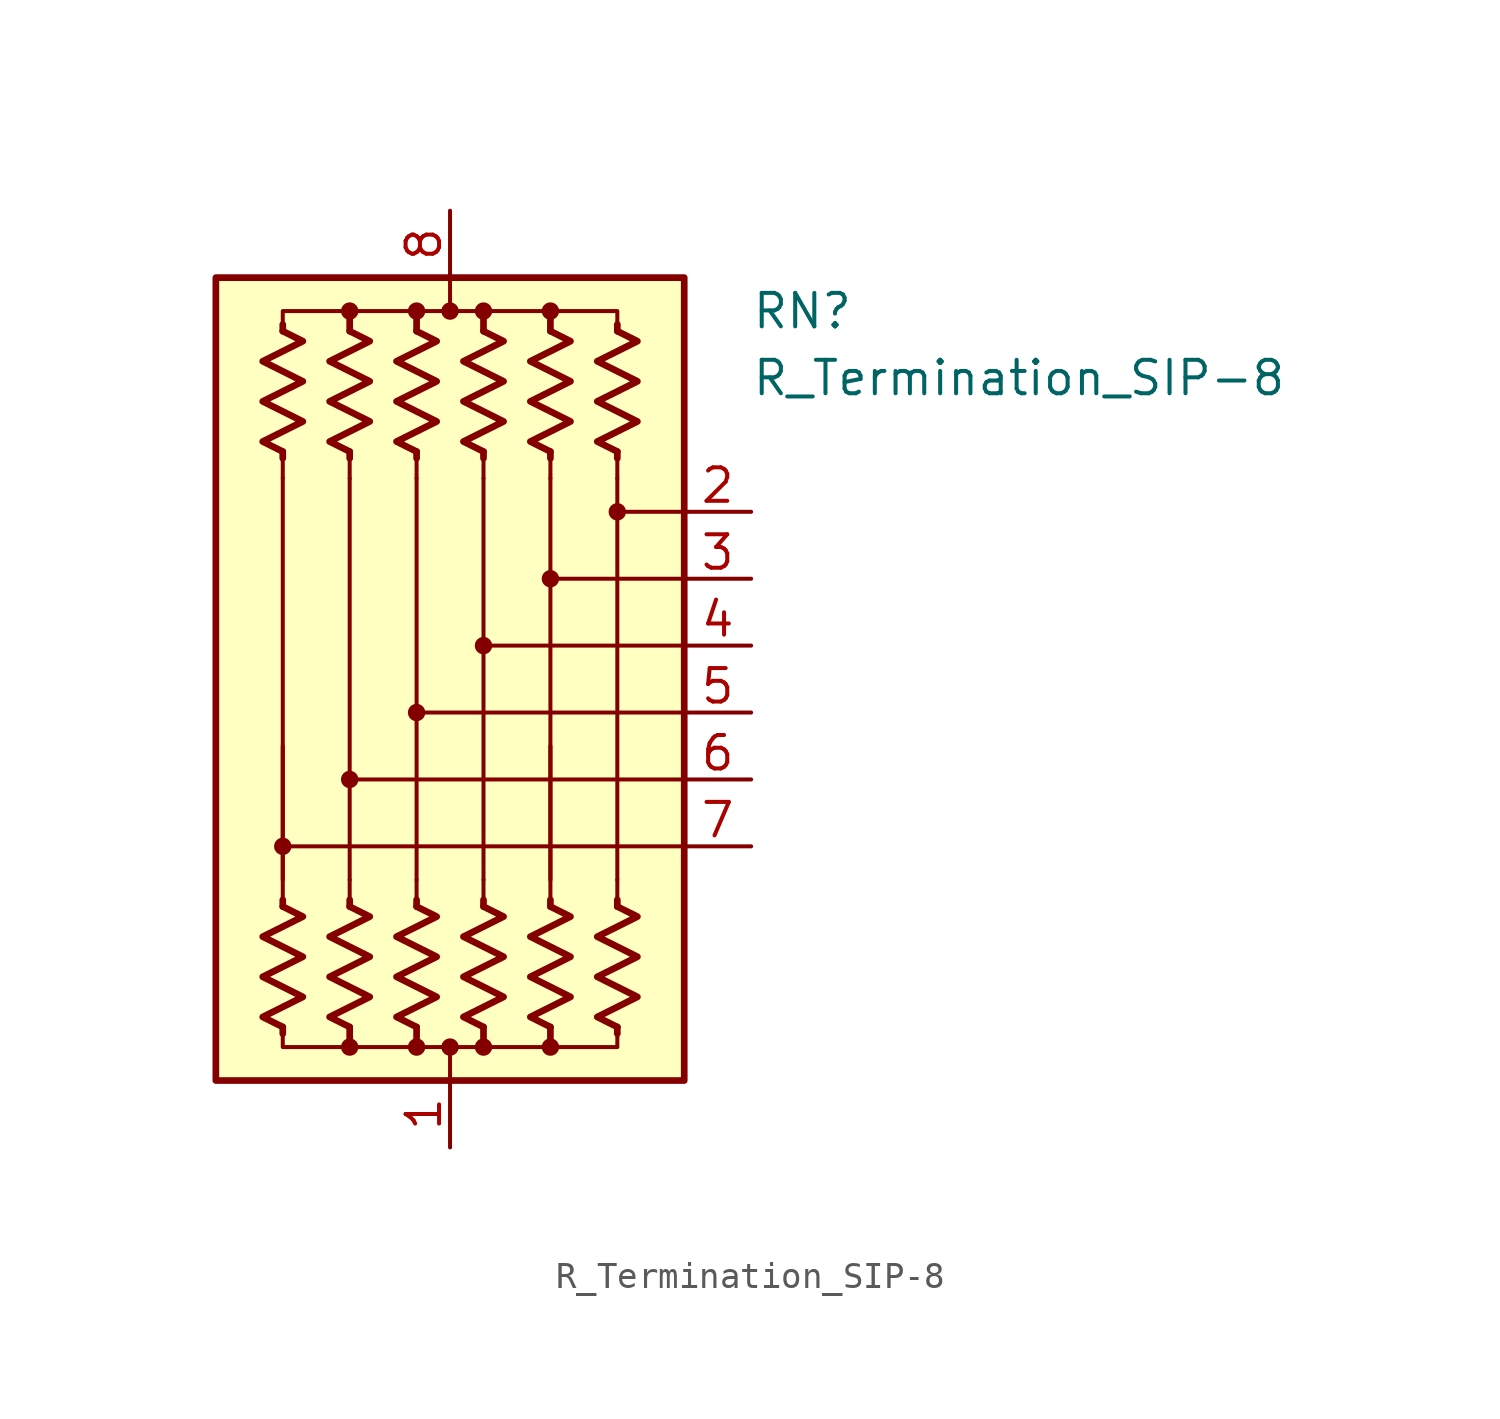
<source format=kicad_sym>
(kicad_symbol_lib
  (version 20220914)
  (generator kicad_symbol_editor)
  (symbol "R_Termination_SIP-8"
    (pin_names
      (offset 0.002) hide)
    (property "Reference" "RN"
      (at 11.43 13.97 0)
      (effects (font (size 1.27 1.27)) (justify left)))
    (property "Value" "R_Termination_SIP-8"
      (at 11.43 11.43 0)
      (effects (font (size 1.27 1.27)) (justify left)))
    (symbol "R_Termination_SIP-8_0_1"
      (circle (center -6.35 -6.35) (radius 0.254) (stroke (width 0) (type default)) (fill (type outline)))
      (circle (center -3.81 -13.97) (radius 0.254) (stroke (width 0) (type default)) (fill (type outline)))
      (circle (center -3.81 -3.81) (radius 0.254) (stroke (width 0) (type default)) (fill (type outline)))
      (circle (center -3.81 13.97) (radius 0.254) (stroke (width 0) (type default)) (fill (type outline)))
      (circle (center -1.27 -13.97) (radius 0.254) (stroke (width 0) (type default)) (fill (type outline)))
      (circle (center -1.27 -1.27) (radius 0.254) (stroke (width 0) (type default)) (fill (type outline)))
      (circle (center -1.27 13.97) (radius 0.254) (stroke (width 0) (type default)) (fill (type outline)))
      (circle (center 0 -13.97) (radius 0.254) (stroke (width 0) (type default)) (fill (type outline)))
      (polyline (pts (xy -6.35 -13.208) (xy -6.35 -13.462)) (stroke (width 0.254) (type default)) (fill (type none)))
      (polyline (pts (xy -6.35 -8.636) (xy -6.35 -8.382)) (stroke (width 0.254) (type default)) (fill (type none)))
      (polyline (pts (xy -6.35 -8.636) (xy -6.35 -2.54)) (stroke (width 0) (type default)) (fill (type none)))
      (polyline (pts (xy -6.35 7.62) (xy -6.35 -7.62)) (stroke (width 0.152) (type default)) (fill (type none)))
      (polyline (pts (xy -6.35 8.636) (xy -6.35 7.62)) (stroke (width 0) (type default)) (fill (type none)))
      (polyline (pts (xy -6.35 8.636) (xy -6.35 8.382)) (stroke (width 0.254) (type default)) (fill (type none)))
      (polyline (pts (xy -6.35 13.208) (xy -6.35 13.462)) (stroke (width 0.254) (type default)) (fill (type none)))
      (polyline (pts (xy -3.81 -13.208) (xy -3.81 -13.97)) (stroke (width 0.254) (type default)) (fill (type none)))
      (polyline (pts (xy -3.81 -8.636) (xy -3.81 -8.382)) (stroke (width 0.254) (type default)) (fill (type none)))
      (polyline (pts (xy -3.81 -8.636) (xy -3.81 -7.62)) (stroke (width 0) (type default)) (fill (type none)))
      (polyline (pts (xy -3.81 7.62) (xy -3.81 -7.62)) (stroke (width 0.152) (type default)) (fill (type none)))
      (polyline (pts (xy -3.81 8.636) (xy -3.81 7.62)) (stroke (width 0) (type default)) (fill (type none)))
      (polyline (pts (xy -3.81 8.636) (xy -3.81 8.382)) (stroke (width 0.254) (type default)) (fill (type none)))
      (polyline (pts (xy -3.81 13.208) (xy -3.81 13.716)) (stroke (width 0.254) (type default)) (fill (type none)))
      (polyline (pts (xy -1.27 -13.208) (xy -1.27 -13.97)) (stroke (width 0.254) (type default)) (fill (type none)))
      (polyline (pts (xy -1.27 -8.636) (xy -1.27 -8.382)) (stroke (width 0.254) (type default)) (fill (type none)))
      (polyline (pts (xy -1.27 -8.636) (xy -1.27 -7.62)) (stroke (width 0) (type default)) (fill (type none)))
      (polyline (pts (xy -1.27 7.62) (xy -1.27 -7.62)) (stroke (width 0.152) (type default)) (fill (type none)))
      (polyline (pts (xy -1.27 8.636) (xy -1.27 7.62)) (stroke (width 0) (type default)) (fill (type none)))
      (polyline (pts (xy -1.27 8.636) (xy -1.27 8.382)) (stroke (width 0.254) (type default)) (fill (type none)))
      (polyline (pts (xy -1.27 13.208) (xy -1.27 13.716)) (stroke (width 0.254) (type default)) (fill (type none)))
      (polyline (pts (xy 0 -15.24) (xy 0 -13.97)) (stroke (width 0) (type default)) (fill (type none)))
      (polyline (pts (xy 0 15.24) (xy 0 13.97)) (stroke (width 0) (type default)) (fill (type none)))
      (polyline (pts (xy 1.27 -13.208) (xy 1.27 -13.716)) (stroke (width 0.254) (type default)) (fill (type none)))
      (polyline (pts (xy 1.27 -8.636) (xy 1.27 -8.382)) (stroke (width 0.254) (type default)) (fill (type none)))
      (polyline (pts (xy 1.27 -8.636) (xy 1.27 -7.62)) (stroke (width 0) (type default)) (fill (type none)))
      (polyline (pts (xy 1.27 7.62) (xy 1.27 -7.62)) (stroke (width 0.152) (type default)) (fill (type none)))
      (polyline (pts (xy 1.27 8.636) (xy 1.27 7.62)) (stroke (width 0) (type default)) (fill (type none)))
      (polyline (pts (xy 1.27 8.636) (xy 1.27 8.382)) (stroke (width 0.254) (type default)) (fill (type none)))
      (polyline (pts (xy 1.27 13.208) (xy 1.27 13.97)) (stroke (width 0.254) (type default)) (fill (type none)))
      (polyline (pts (xy 3.81 -13.208) (xy 3.81 -13.97)) (stroke (width 0.254) (type default)) (fill (type none)))
      (polyline (pts (xy 3.81 -8.636) (xy 3.81 -8.382)) (stroke (width 0.254) (type default)) (fill (type none)))
      (polyline (pts (xy 3.81 -8.636) (xy 3.81 -2.54)) (stroke (width 0) (type default)) (fill (type none)))
      (polyline (pts (xy 3.81 7.62) (xy 3.81 -7.62)) (stroke (width 0.152) (type default)) (fill (type none)))
      (polyline (pts (xy 3.81 8.636) (xy 3.81 7.62)) (stroke (width 0) (type default)) (fill (type none)))
      (polyline (pts (xy 3.81 8.636) (xy 3.81 8.382)) (stroke (width 0.254) (type default)) (fill (type none)))
      (polyline (pts (xy 3.81 13.208) (xy 3.81 13.97)) (stroke (width 0.254) (type default)) (fill (type none)))
      (polyline (pts (xy 6.35 -13.208) (xy 6.35 -13.462)) (stroke (width 0.254) (type default)) (fill (type none)))
      (polyline (pts (xy 6.35 -8.636) (xy 6.35 -8.382)) (stroke (width 0.254) (type default)) (fill (type none)))
      (polyline (pts (xy 6.35 -8.636) (xy 6.35 -7.62)) (stroke (width 0) (type default)) (fill (type none)))
      (polyline (pts (xy 6.35 7.62) (xy 6.35 -7.62)) (stroke (width 0.152) (type default)) (fill (type none)))
      (polyline (pts (xy 6.35 8.636) (xy 6.35 7.62)) (stroke (width 0) (type default)) (fill (type none)))
      (polyline (pts (xy 6.35 8.636) (xy 6.35 8.382)) (stroke (width 0.254) (type default)) (fill (type none)))
      (polyline (pts (xy 6.35 13.208) (xy 6.35 13.462)) (stroke (width 0.254) (type default)) (fill (type none)))
      (polyline (pts (xy 8.89 -6.35) (xy -6.35 -6.35)) (stroke (width 0.152) (type default)) (fill (type none)))
      (polyline (pts (xy 8.89 -3.81) (xy -3.81 -3.81)) (stroke (width 0.152) (type default)) (fill (type none)))
      (polyline (pts (xy 8.89 -1.27) (xy -1.27 -1.27)) (stroke (width 0.152) (type default)) (fill (type none)))
      (polyline (pts (xy 8.89 1.27) (xy 1.27 1.27)) (stroke (width 0.152) (type default)) (fill (type none)))
      (polyline (pts (xy 8.89 3.81) (xy 3.81 3.81)) (stroke (width 0.152) (type default)) (fill (type none)))
      (polyline (pts (xy 8.89 6.35) (xy 6.35 6.35)) (stroke (width 0.152) (type default)) (fill (type none)))
      (polyline (pts (xy -6.35 13.208) (xy -6.35 13.97) (xy -3.81 13.97) (xy -3.81 13.208)) (stroke (width 0) (type default)) (fill (type none)))
      (polyline (pts (xy -3.81 -13.208) (xy -3.81 -13.97) (xy -6.35 -13.97) (xy -6.35 -13.208)) (stroke (width 0) (type default)) (fill (type none)))
      (polyline (pts (xy -3.81 13.208) (xy -3.81 13.97) (xy -1.27 13.97) (xy -1.27 13.208)) (stroke (width 0) (type default)) (fill (type none)))
      (polyline (pts (xy -1.27 -13.208) (xy -1.27 -13.97) (xy -3.81 -13.97) (xy -3.81 -13.208)) (stroke (width 0) (type default)) (fill (type none)))
      (polyline (pts (xy -1.27 13.208) (xy -1.27 13.97) (xy 1.27 13.97) (xy 1.27 13.208)) (stroke (width 0) (type default)) (fill (type none)))
      (polyline (pts (xy 1.27 -13.208) (xy 1.27 -13.97) (xy -1.27 -13.97) (xy -1.27 -13.208)) (stroke (width 0) (type default)) (fill (type none)))
      (polyline (pts (xy 1.27 13.208) (xy 1.27 13.97) (xy 3.81 13.97) (xy 3.81 13.208)) (stroke (width 0) (type default)) (fill (type none)))
      (polyline (pts (xy 3.81 -13.208) (xy 3.81 -13.97) (xy 1.27 -13.97) (xy 1.27 -13.208)) (stroke (width 0) (type default)) (fill (type none)))
      (polyline (pts (xy 3.81 13.208) (xy 3.81 13.97) (xy 6.35 13.97) (xy 6.35 13.208)) (stroke (width 0) (type default)) (fill (type none)))
      (polyline (pts (xy 6.35 -13.208) (xy 6.35 -13.97) (xy 3.81 -13.97) (xy 3.81 -13.208)) (stroke (width 0) (type default)) (fill (type none)))
      (polyline (pts (xy -6.35 -8.636) (xy -5.588 -9.017) (xy -7.112 -9.779) (xy -6.35 -10.16) (xy -5.588 -10.541) (xy -6.35 -10.922) (xy -7.112 -11.303) (xy -6.35 -11.684) (xy -5.588 -12.065) (xy -6.35 -12.446) (xy -7.112 -12.827) (xy -6.35 -13.208)) (stroke (width 0.254) (type default)) (fill (type none)))
      (polyline (pts (xy -6.35 13.208) (xy -5.588 12.827) (xy -7.112 12.065) (xy -6.35 11.684) (xy -5.588 11.303) (xy -6.35 10.922) (xy -7.112 10.541) (xy -6.35 10.16) (xy -5.588 9.779) (xy -6.35 9.398) (xy -7.112 9.017) (xy -6.35 8.636)) (stroke (width 0.254) (type default)) (fill (type none)))
      (polyline (pts (xy -3.81 -8.636) (xy -3.048 -9.017) (xy -4.572 -9.779) (xy -3.81 -10.16) (xy -3.048 -10.541) (xy -3.81 -10.922) (xy -4.572 -11.303) (xy -3.81 -11.684) (xy -3.048 -12.065) (xy -3.81 -12.446) (xy -4.572 -12.827) (xy -3.81 -13.208)) (stroke (width 0.254) (type default)) (fill (type none)))
      (polyline (pts (xy -3.81 13.208) (xy -3.048 12.827) (xy -4.572 12.065) (xy -3.81 11.684) (xy -3.048 11.303) (xy -3.81 10.922) (xy -4.572 10.541) (xy -3.81 10.16) (xy -3.048 9.779) (xy -3.81 9.398) (xy -4.572 9.017) (xy -3.81 8.636)) (stroke (width 0.254) (type default)) (fill (type none)))
      (polyline (pts (xy -1.27 -8.636) (xy -0.508 -9.017) (xy -2.032 -9.779) (xy -1.27 -10.16) (xy -0.508 -10.541) (xy -1.27 -10.922) (xy -2.032 -11.303) (xy -1.27 -11.684) (xy -0.508 -12.065) (xy -1.27 -12.446) (xy -2.032 -12.827) (xy -1.27 -13.208)) (stroke (width 0.254) (type default)) (fill (type none)))
      (polyline (pts (xy -1.27 13.208) (xy -0.508 12.827) (xy -2.032 12.065) (xy -1.27 11.684) (xy -0.508 11.303) (xy -1.27 10.922) (xy -2.032 10.541) (xy -1.27 10.16) (xy -0.508 9.779) (xy -1.27 9.398) (xy -2.032 9.017) (xy -1.27 8.636)) (stroke (width 0.254) (type default)) (fill (type none)))
      (polyline (pts (xy 1.27 -8.636) (xy 2.032 -9.017) (xy 0.508 -9.779) (xy 1.27 -10.16) (xy 2.032 -10.541) (xy 1.27 -10.922) (xy 0.508 -11.303) (xy 1.27 -11.684) (xy 2.032 -12.065) (xy 1.27 -12.446) (xy 0.508 -12.827) (xy 1.27 -13.208)) (stroke (width 0.254) (type default)) (fill (type none)))
      (polyline (pts (xy 1.27 13.208) (xy 2.032 12.827) (xy 0.508 12.065) (xy 1.27 11.684) (xy 2.032 11.303) (xy 1.27 10.922) (xy 0.508 10.541) (xy 1.27 10.16) (xy 2.032 9.779) (xy 1.27 9.398) (xy 0.508 9.017) (xy 1.27 8.636)) (stroke (width 0.254) (type default)) (fill (type none)))
      (polyline (pts (xy 3.81 -8.636) (xy 4.572 -9.017) (xy 3.048 -9.779) (xy 3.81 -10.16) (xy 4.572 -10.541) (xy 3.81 -10.922) (xy 3.048 -11.303) (xy 3.81 -11.684) (xy 4.572 -12.065) (xy 3.81 -12.446) (xy 3.048 -12.827) (xy 3.81 -13.208)) (stroke (width 0.254) (type default)) (fill (type none)))
      (polyline (pts (xy 3.81 13.208) (xy 4.572 12.827) (xy 3.048 12.065) (xy 3.81 11.684) (xy 4.572 11.303) (xy 3.81 10.922) (xy 3.048 10.541) (xy 3.81 10.16) (xy 4.572 9.779) (xy 3.81 9.398) (xy 3.048 9.017) (xy 3.81 8.636)) (stroke (width 0.254) (type default)) (fill (type none)))
      (polyline (pts (xy 6.35 -8.636) (xy 7.112 -9.017) (xy 5.588 -9.779) (xy 6.35 -10.16) (xy 7.112 -10.541) (xy 6.35 -10.922) (xy 5.588 -11.303) (xy 6.35 -11.684) (xy 7.112 -12.065) (xy 6.35 -12.446) (xy 5.588 -12.827) (xy 6.35 -13.208)) (stroke (width 0.254) (type default)) (fill (type none)))
      (polyline (pts (xy 6.35 13.208) (xy 7.112 12.827) (xy 5.588 12.065) (xy 6.35 11.684) (xy 7.112 11.303) (xy 6.35 10.922) (xy 5.588 10.541) (xy 6.35 10.16) (xy 7.112 9.779) (xy 6.35 9.398) (xy 5.588 9.017) (xy 6.35 8.636)) (stroke (width 0.254) (type default)) (fill (type none)))
      (circle (center 0 13.97) (radius 0.254) (stroke (width 0) (type default)) (fill (type outline)))
      (circle (center 1.27 -13.97) (radius 0.254) (stroke (width 0) (type default)) (fill (type outline)))
      (circle (center 1.27 1.27) (radius 0.254) (stroke (width 0) (type default)) (fill (type outline)))
      (circle (center 1.27 13.97) (radius 0.254) (stroke (width 0) (type default)) (fill (type outline)))
      (circle (center 3.81 -13.97) (radius 0.254) (stroke (width 0) (type default)) (fill (type outline)))
      (circle (center 3.81 3.81) (radius 0.254) (stroke (width 0) (type default)) (fill (type outline)))
      (circle (center 3.81 13.97) (radius 0.254) (stroke (width 0) (type default)) (fill (type outline)))
      (circle (center 6.35 6.35) (radius 0.254) (stroke (width 0) (type default)) (fill (type outline)))
      (rectangle (start 8.89 15.24) (end -8.89 -15.24) (stroke (width 0.254) (type default)) (fill (type background))))
    (symbol "R_Termination_SIP-8_1_1"
      (pin passive line (at 0 -17.78 90) (length 2.54) (name "common" (effects (font (size 1.27 1.27)))) (number "1" (effects (font (size 1.27 1.27)))))
      (pin passive line (at 11.43 6.35 180) (length 2.54) (name "R2" (effects (font (size 1.27 1.27)))) (number "2" (effects (font (size 1.27 1.27)))))
      (pin passive line (at 11.43 3.81 180) (length 2.54) (name "R3" (effects (font (size 1.27 1.27)))) (number "3" (effects (font (size 1.27 1.27)))))
      (pin passive line (at 11.43 1.27 180) (length 2.54) (name "R4" (effects (font (size 1.27 1.27)))) (number "4" (effects (font (size 1.27 1.27)))))
      (pin passive line (at 11.43 -1.27 180) (length 2.54) (name "R5" (effects (font (size 1.27 1.27)))) (number "5" (effects (font (size 1.27 1.27)))))
      (pin passive line (at 11.43 -3.81 180) (length 2.54) (name "R6" (effects (font (size 1.27 1.27)))) (number "6" (effects (font (size 1.27 1.27)))))
      (pin passive line (at 11.43 -6.35 180) (length 2.54) (name "R7" (effects (font (size 1.27 1.27)))) (number "7" (effects (font (size 1.27 1.27)))))
      (pin passive line (at 0 17.78 270) (length 2.54) (name "common" (effects (font (size 1.27 1.27)))) (number "8" (effects (font (size 1.27 1.27))))))))
</source>
